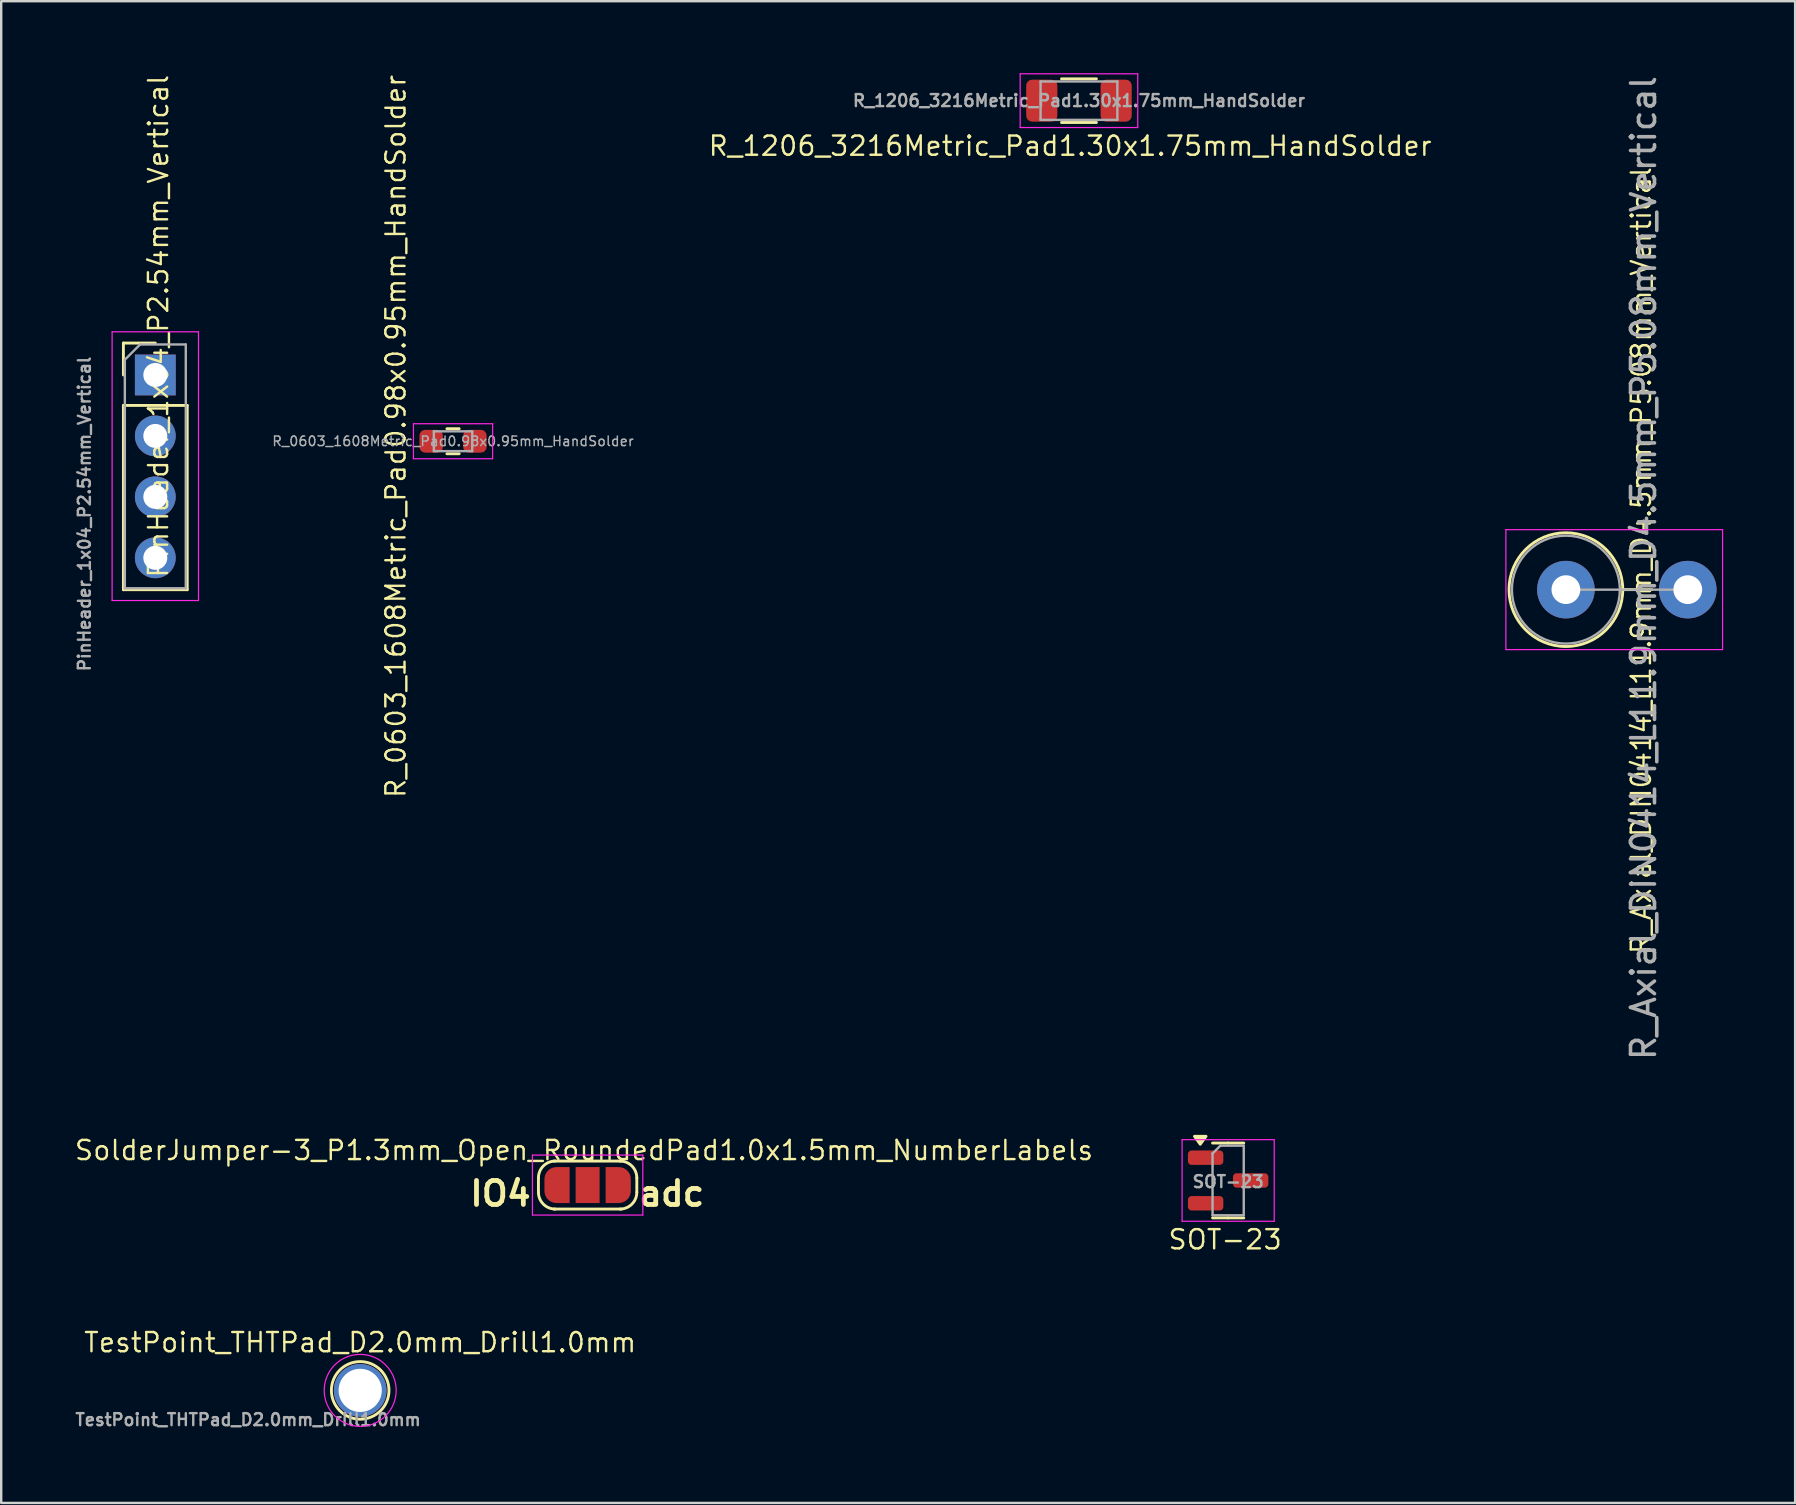
<source format=kicad_pcb>
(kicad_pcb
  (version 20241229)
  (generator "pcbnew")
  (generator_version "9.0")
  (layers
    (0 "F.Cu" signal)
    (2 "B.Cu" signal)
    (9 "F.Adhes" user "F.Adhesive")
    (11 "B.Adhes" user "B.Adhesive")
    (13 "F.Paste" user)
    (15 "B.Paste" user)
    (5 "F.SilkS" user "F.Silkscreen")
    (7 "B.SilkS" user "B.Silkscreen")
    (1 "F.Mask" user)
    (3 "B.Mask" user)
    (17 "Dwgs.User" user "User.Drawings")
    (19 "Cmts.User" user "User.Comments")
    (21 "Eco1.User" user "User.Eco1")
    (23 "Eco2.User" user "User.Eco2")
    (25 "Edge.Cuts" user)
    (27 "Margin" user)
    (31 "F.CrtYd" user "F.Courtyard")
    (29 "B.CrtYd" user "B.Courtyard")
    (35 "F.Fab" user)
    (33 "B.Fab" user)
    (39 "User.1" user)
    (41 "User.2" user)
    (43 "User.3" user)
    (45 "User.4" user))
  (footprint "R_Axial_DIN0414_L11.9mm_D4.5mm_P5.08mm_Vertical"
    (layer "F.Cu")
    (at 62.213 21.525)
    (property "Reference" "R_Axial_DIN0414_L11.9mm_D4.5mm_P5.08mm_Vertical" (at 3.138 -1.215 90) (layer "F.SilkS") (effects (font (size 0.8 0.8) (thickness 0.1))))
    (attr through_hole)
    (fp_line (start 2.37 0) (end 3.58 0) (stroke (width 0.12) (type solid)) (layer "F.SilkS"))
    (fp_circle (center 0 0) (end 2.37 0) (stroke (width 0.12) (type solid)) (fill no) (layer "F.SilkS"))
    (fp_line (start -2.5 -2.5) (end -2.5 2.5) (stroke (width 0.05) (type solid)) (layer "F.CrtYd"))
    (fp_line (start -2.5 2.5) (end 6.53 2.5) (stroke (width 0.05) (type solid)) (layer "F.CrtYd"))
    (fp_line (start 6.53 -2.5) (end -2.5 -2.5) (stroke (width 0.05) (type solid)) (layer "F.CrtYd"))
    (fp_line (start 6.53 2.5) (end 6.53 -2.5) (stroke (width 0.05) (type solid)) (layer "F.CrtYd"))
    (fp_line (start 0 0) (end 5.08 0) (stroke (width 0.1) (type solid)) (layer "F.Fab"))
    (fp_circle (center 0 0) (end 2.25 0) (stroke (width 0.1) (type solid)) (fill no) (layer "F.Fab"))
    (fp_text user "${REFERENCE}" (at 3.238 -0.9 90) (layer "F.Fab") (effects (font (size 1 1) (thickness 0.15))))
    (pad "1" thru_hole circle (at 0 0) (size 2.4 2.4) (drill 1.2) (layers "*.Cu" "*.Mask"))
    (pad "2" thru_hole oval (at 5.08 0) (size 2.4 2.4) (drill 1.2) (layers "*.Cu" "*.Mask")))
  (footprint "SOT-23"
    (layer "F.Cu")
    (at 48.137 46.15)
    (property "Reference" "SOT-23" (at -0.127 2.464 180) (layer "F.SilkS") (effects (font (size 0.8 0.8) (thickness 0.1))))
    (attr smd)
    (fp_line (start -0.65 -1.56) (end 0 -1.56) (stroke (width 0.12) (type solid)) (layer "F.SilkS"))
    (fp_line (start -0.65 1.56) (end 0 1.56) (stroke (width 0.12) (type solid)) (layer "F.SilkS"))
    (fp_line (start 0.65 -1.56) (end 0 -1.56) (stroke (width 0.12) (type solid)) (layer "F.SilkS"))
    (fp_line (start 0.65 1.56) (end 0 1.56) (stroke (width 0.12) (type solid)) (layer "F.SilkS"))
    (fp_poly (pts (xy -1.163 -1.51) (xy -1.403 -1.84) (xy -0.922 -1.84) (xy -1.163 -1.51)) (stroke (width 0.12) (type solid)) (fill yes) (layer "F.SilkS"))
    (fp_line (start -1.92 -1.7) (end 1.92 -1.7) (stroke (width 0.05) (type solid)) (layer "F.CrtYd"))
    (fp_line (start -1.92 1.7) (end -1.92 -1.7) (stroke (width 0.05) (type solid)) (layer "F.CrtYd"))
    (fp_line (start 1.92 -1.7) (end 1.92 1.7) (stroke (width 0.05) (type solid)) (layer "F.CrtYd"))
    (fp_line (start 1.92 1.7) (end -1.92 1.7) (stroke (width 0.05) (type solid)) (layer "F.CrtYd"))
    (fp_line (start -0.65 -1.125) (end -0.65 1.45) (stroke (width 0.1) (type solid)) (layer "F.Fab"))
    (fp_line (start -0.65 1.45) (end 0.65 1.45) (stroke (width 0.1) (type solid)) (layer "F.Fab"))
    (fp_line (start -0.325 -1.45) (end -0.65 -1.125) (stroke (width 0.1) (type solid)) (layer "F.Fab"))
    (fp_line (start 0.65 -1.45) (end -0.325 -1.45) (stroke (width 0.1) (type solid)) (layer "F.Fab"))
    (fp_line (start 0.65 1.45) (end 0.65 -1.45) (stroke (width 0.1) (type solid)) (layer "F.Fab"))
    (fp_text user "${REFERENCE}" (at 0 0.051 180) (layer "F.Fab") (effects (font (size 0.5 0.5) (thickness 0.1))))
    (pad "1" smd roundrect (at -0.938 -0.95) (size 1.475 0.6) (layers "F.Cu" "F.Mask" "F.Paste") (roundrect_rratio 0.25))
    (pad "2" smd roundrect (at -0.938 0.95) (size 1.475 0.6) (layers "F.Cu" "F.Mask" "F.Paste") (roundrect_rratio 0.25))
    (pad "3" smd roundrect (at 0.938 0) (size 1.475 0.6) (layers "F.Cu" "F.Mask" "F.Paste") (roundrect_rratio 0.25)))
  (footprint "PinHeader_1x04_P2.54mm_Vertical"
    (layer "F.Cu")
    (at 3.423 12.578)
    (property "Reference" "PinHeader_1x04_P2.54mm_Vertical" (at 0.127 -2.032 90) (layer "F.SilkS") (effects (font (size 0.8 0.8) (thickness 0.1))))
    (attr through_hole)
    (fp_line (start -1.33 -1.33) (end 0 -1.33) (stroke (width 0.12) (type solid)) (layer "F.SilkS"))
    (fp_line (start -1.33 0) (end -1.33 -1.33) (stroke (width 0.12) (type solid)) (layer "F.SilkS"))
    (fp_line (start -1.33 1.27) (end -1.33 8.95) (stroke (width 0.12) (type solid)) (layer "F.SilkS"))
    (fp_line (start -1.33 1.27) (end 1.33 1.27) (stroke (width 0.12) (type solid)) (layer "F.SilkS"))
    (fp_line (start -1.33 8.95) (end 1.33 8.95) (stroke (width 0.12) (type solid)) (layer "F.SilkS"))
    (fp_line (start 1.33 1.27) (end 1.33 8.95) (stroke (width 0.12) (type solid)) (layer "F.SilkS"))
    (fp_line (start -1.8 -1.8) (end -1.8 9.4) (stroke (width 0.05) (type solid)) (layer "F.CrtYd"))
    (fp_line (start -1.8 9.4) (end 1.8 9.4) (stroke (width 0.05) (type solid)) (layer "F.CrtYd"))
    (fp_line (start 1.8 -1.8) (end -1.8 -1.8) (stroke (width 0.05) (type solid)) (layer "F.CrtYd"))
    (fp_line (start 1.8 9.4) (end 1.8 -1.8) (stroke (width 0.05) (type solid)) (layer "F.CrtYd"))
    (fp_line (start -1.27 -0.635) (end -0.635 -1.27) (stroke (width 0.1) (type solid)) (layer "F.Fab"))
    (fp_line (start -1.27 8.89) (end -1.27 -0.635) (stroke (width 0.1) (type solid)) (layer "F.Fab"))
    (fp_line (start -0.635 -1.27) (end 1.27 -1.27) (stroke (width 0.1) (type solid)) (layer "F.Fab"))
    (fp_line (start 1.27 -1.27) (end 1.27 8.89) (stroke (width 0.1) (type solid)) (layer "F.Fab"))
    (fp_line (start 1.27 8.89) (end -1.27 8.89) (stroke (width 0.1) (type solid)) (layer "F.Fab"))
    (fp_text user "${REFERENCE}" (at -2.955 5.793 90) (layer "F.Fab") (effects (font (size 0.5 0.5) (thickness 0.1))))
    (pad "1" thru_hole rect (at 0 0) (size 1.7 1.7) (drill 1) (layers "*.Cu" "*.Mask"))
    (pad "2" thru_hole oval (at 0 2.54) (size 1.7 1.7) (drill 1) (layers "*.Cu" "*.Mask"))
    (pad "3" thru_hole oval (at 0 5.08) (size 1.7 1.7) (drill 1) (layers "*.Cu" "*.Mask"))
    (pad "4" thru_hole oval (at 0 7.62) (size 1.7 1.7) (drill 1) (layers "*.Cu" "*.Mask")))
  (footprint "R_0603_1608Metric_Pad0.98x0.95mm_HandSolder"
    (layer "F.Cu")
    (at 15.832 15.34)
    (property "Reference" "R_0603_1608Metric_Pad0.98x0.95mm_HandSolder" (at -2.388 -0.203 270) (layer "F.SilkS") (effects (font (size 0.8 0.8) (thickness 0.1))))
    (attr smd)
    (fp_line (start 0.255 -0.522) (end -0.255 -0.522) (stroke (width 0.12) (type solid)) (layer "F.SilkS"))
    (fp_line (start 0.255 0.522) (end -0.255 0.522) (stroke (width 0.12) (type solid)) (layer "F.SilkS"))
    (fp_line (start -1.65 -0.73) (end -1.65 0.73) (stroke (width 0.05) (type solid)) (layer "F.CrtYd"))
    (fp_line (start -1.65 0.73) (end 1.65 0.73) (stroke (width 0.05) (type solid)) (layer "F.CrtYd"))
    (fp_line (start 1.65 -0.73) (end -1.65 -0.73) (stroke (width 0.05) (type solid)) (layer "F.CrtYd"))
    (fp_line (start 1.65 0.73) (end 1.65 -0.73) (stroke (width 0.05) (type solid)) (layer "F.CrtYd"))
    (fp_line (start -0.8 -0.412) (end -0.8 0.412) (stroke (width 0.1) (type solid)) (layer "F.Fab"))
    (fp_line (start -0.8 0.412) (end 0.8 0.412) (stroke (width 0.1) (type solid)) (layer "F.Fab"))
    (fp_line (start 0.8 -0.412) (end -0.8 -0.412) (stroke (width 0.1) (type solid)) (layer "F.Fab"))
    (fp_line (start 0.8 0.412) (end 0.8 -0.412) (stroke (width 0.1) (type solid)) (layer "F.Fab"))
    (fp_text user "${REFERENCE}" (at 0 0 0) (layer "F.Fab") (effects (font (size 0.4 0.4) (thickness 0.06))))
    (pad "1" smd roundrect (at -0.912 0) (size 0.975 0.95) (layers "F.Cu" "F.Mask" "F.Paste") (roundrect_rratio 0.25))
    (pad "2" smd roundrect (at 0.912 0) (size 0.975 0.95) (layers "F.Cu" "F.Mask" "F.Paste") (roundrect_rratio 0.25)))
  (footprint "TestPoint_THTPad_D2.0mm_Drill1.0mm"
    (layer "F.Cu")
    (at 11.962 54.899)
    (property "Reference" "TestPoint_THTPad_D2.0mm_Drill1.0mm" (at 0 -1.998 0) (layer "F.SilkS") (effects (font (size 0.8 0.8) (thickness 0.1))))
    (attr exclude_from_pos_files)
    (fp_circle (center 0 0) (end 0 1.2) (stroke (width 0.12) (type solid)) (fill no) (layer "F.SilkS"))
    (fp_circle (center 0 0) (end 1.5 0) (stroke (width 0.05) (type solid)) (fill no) (layer "F.CrtYd"))
    (fp_text user "${REFERENCE}" (at -4.672 1.222 0) (layer "F.Fab") (effects (font (size 0.5 0.5) (thickness 0.1))))
    (pad "1" thru_hole circle (at 0 0) (size 2.2 2.2) (drill 1.8) (layers "*.Cu" "*.Mask")))
  (footprint "SolderJumper-3_P1.3mm_Open_RoundedPad1.0x1.5mm_NumberLabels"
    (layer "F.Cu")
    (at 21.441 46.341)
    (property "Reference" "SolderJumper-3_P1.3mm_Open_RoundedPad1.0x1.5mm_NumberLabels" (at -0.152 -1.448 0) (layer "F.SilkS") (effects (font (size 0.8 0.8) (thickness 0.1))))
    (attr exclude_from_pos_files)
    (fp_line (start -2.05 0.3) (end -2.05 -0.3) (stroke (width 0.12) (type solid)) (layer "F.SilkS"))
    (fp_line (start -1.4 -1) (end 1.4 -1) (stroke (width 0.12) (type solid)) (layer "F.SilkS"))
    (fp_line (start 1.4 1) (end -1.4 1) (stroke (width 0.12) (type solid)) (layer "F.SilkS"))
    (fp_line (start 2.05 -0.3) (end 2.05 0.3) (stroke (width 0.12) (type solid)) (layer "F.SilkS"))
    (fp_arc (start -2.05 -0.3) (mid -1.844975 -0.794975) (end -1.35 -1) (stroke (width 0.12) (type solid)) (layer "F.SilkS"))
    (fp_arc (start -1.35 1) (mid -1.844975 0.794975) (end -2.05 0.3) (stroke (width 0.12) (type solid)) (layer "F.SilkS"))
    (fp_arc (start 1.35 -1) (mid 1.844975 -0.794975) (end 2.05 -0.3) (stroke (width 0.12) (type solid)) (layer "F.SilkS"))
    (fp_arc (start 2.05 0.3) (mid 1.844975 0.794975) (end 1.35 1) (stroke (width 0.12) (type solid)) (layer "F.SilkS"))
    (fp_line (start -2.3 -1.25) (end -2.3 1.25) (stroke (width 0.05) (type solid)) (layer "F.CrtYd"))
    (fp_line (start -2.3 -1.25) (end 2.3 -1.25) (stroke (width 0.05) (type solid)) (layer "F.CrtYd"))
    (fp_line (start 2.3 1.25) (end -2.3 1.25) (stroke (width 0.05) (type solid)) (layer "F.CrtYd"))
    (fp_line (start 2.3 1.25) (end 2.3 -1.25) (stroke (width 0.05) (type solid)) (layer "F.CrtYd"))
    (fp_text user "IO4" (at -3.632 0.356 0) (layer "F.SilkS") (effects (font (size 1 1) (thickness 0.2))))
    (fp_text user "adc" (at 3.505 0.356 0) (layer "F.SilkS") (effects (font (size 1 1) (thickness 0.2))))
    (pad "1" smd custom (at -1.3 0) (size 1 0.5) (layers "F.Cu" "F.Mask") (options (anchor rect)) (primitives (gr_circle (center 0 0.25) (end 0.5 0.25) (width 0) (fill yes)) (gr_circle (center 0 -0.25) (end 0.5 -0.25) (width 0) (fill yes)) (gr_poly (pts (xy 0.55 0.75) (xy 0 0.75) (xy 0 -0.75) (xy 0.55 -0.75)) (width 0) (fill yes))))
    (pad "2" smd rect (at 0 0) (size 1 1.5) (layers "F.Cu" "F.Mask"))
    (pad "3" smd custom (at 1.3 0) (size 1 0.5) (layers "F.Cu" "F.Mask") (options (anchor rect)) (primitives (gr_circle (center 0 0.25) (end 0.5 0.25) (width 0) (fill yes)) (gr_circle (center 0 -0.25) (end 0.5 -0.25) (width 0) (fill yes)) (gr_poly (pts (xy 0 0.75) (xy -0.55 0.75) (xy -0.55 -0.75) (xy 0 -0.75)) (width 0) (fill yes)))))
  (footprint "R_1206_3216Metric_Pad1.30x1.75mm_HandSolder"
    (layer "F.Cu")
    (at 41.919 1.145)
    (property "Reference" "R_1206_3216Metric_Pad1.30x1.75mm_HandSolder" (at -0.367 1.89 0) (layer "F.SilkS") (effects (font (size 0.8 0.8) (thickness 0.1))))
    (attr smd)
    (fp_line (start 0.727 -0.91) (end -0.727 -0.91) (stroke (width 0.12) (type solid)) (layer "F.SilkS"))
    (fp_line (start 0.727 0.91) (end -0.727 0.91) (stroke (width 0.12) (type solid)) (layer "F.SilkS"))
    (fp_line (start -2.45 -1.12) (end -2.45 1.12) (stroke (width 0.05) (type solid)) (layer "F.CrtYd"))
    (fp_line (start -2.45 1.12) (end 2.45 1.12) (stroke (width 0.05) (type solid)) (layer "F.CrtYd"))
    (fp_line (start 2.45 -1.12) (end -2.45 -1.12) (stroke (width 0.05) (type solid)) (layer "F.CrtYd"))
    (fp_line (start 2.45 1.12) (end 2.45 -1.12) (stroke (width 0.05) (type solid)) (layer "F.CrtYd"))
    (fp_line (start -1.6 -0.8) (end -1.6 0.8) (stroke (width 0.1) (type solid)) (layer "F.Fab"))
    (fp_line (start -1.6 0.8) (end 1.6 0.8) (stroke (width 0.1) (type solid)) (layer "F.Fab"))
    (fp_line (start 1.6 -0.8) (end -1.6 -0.8) (stroke (width 0.1) (type solid)) (layer "F.Fab"))
    (fp_line (start 1.6 0.8) (end 1.6 -0.8) (stroke (width 0.1) (type solid)) (layer "F.Fab"))
    (fp_text user "${REFERENCE}" (at 0 0 0) (layer "F.Fab") (effects (font (size 0.5 0.5) (thickness 0.1))))
    (pad "1" smd roundrect (at -1.55 0) (size 1.3 1.75) (layers "F.Cu" "F.Mask" "F.Paste") (roundrect_rratio 0.192))
    (pad "2" smd roundrect (at 1.55 0) (size 1.3 1.75) (layers "F.Cu" "F.Mask" "F.Paste") (roundrect_rratio 0.192)))
  (gr_rect
    (start -3 -3)
    (end 71.768 59.589)
    (stroke (width 0.1) (type default))
    (fill no)
    (layer "Edge.Cuts")))
</source>
